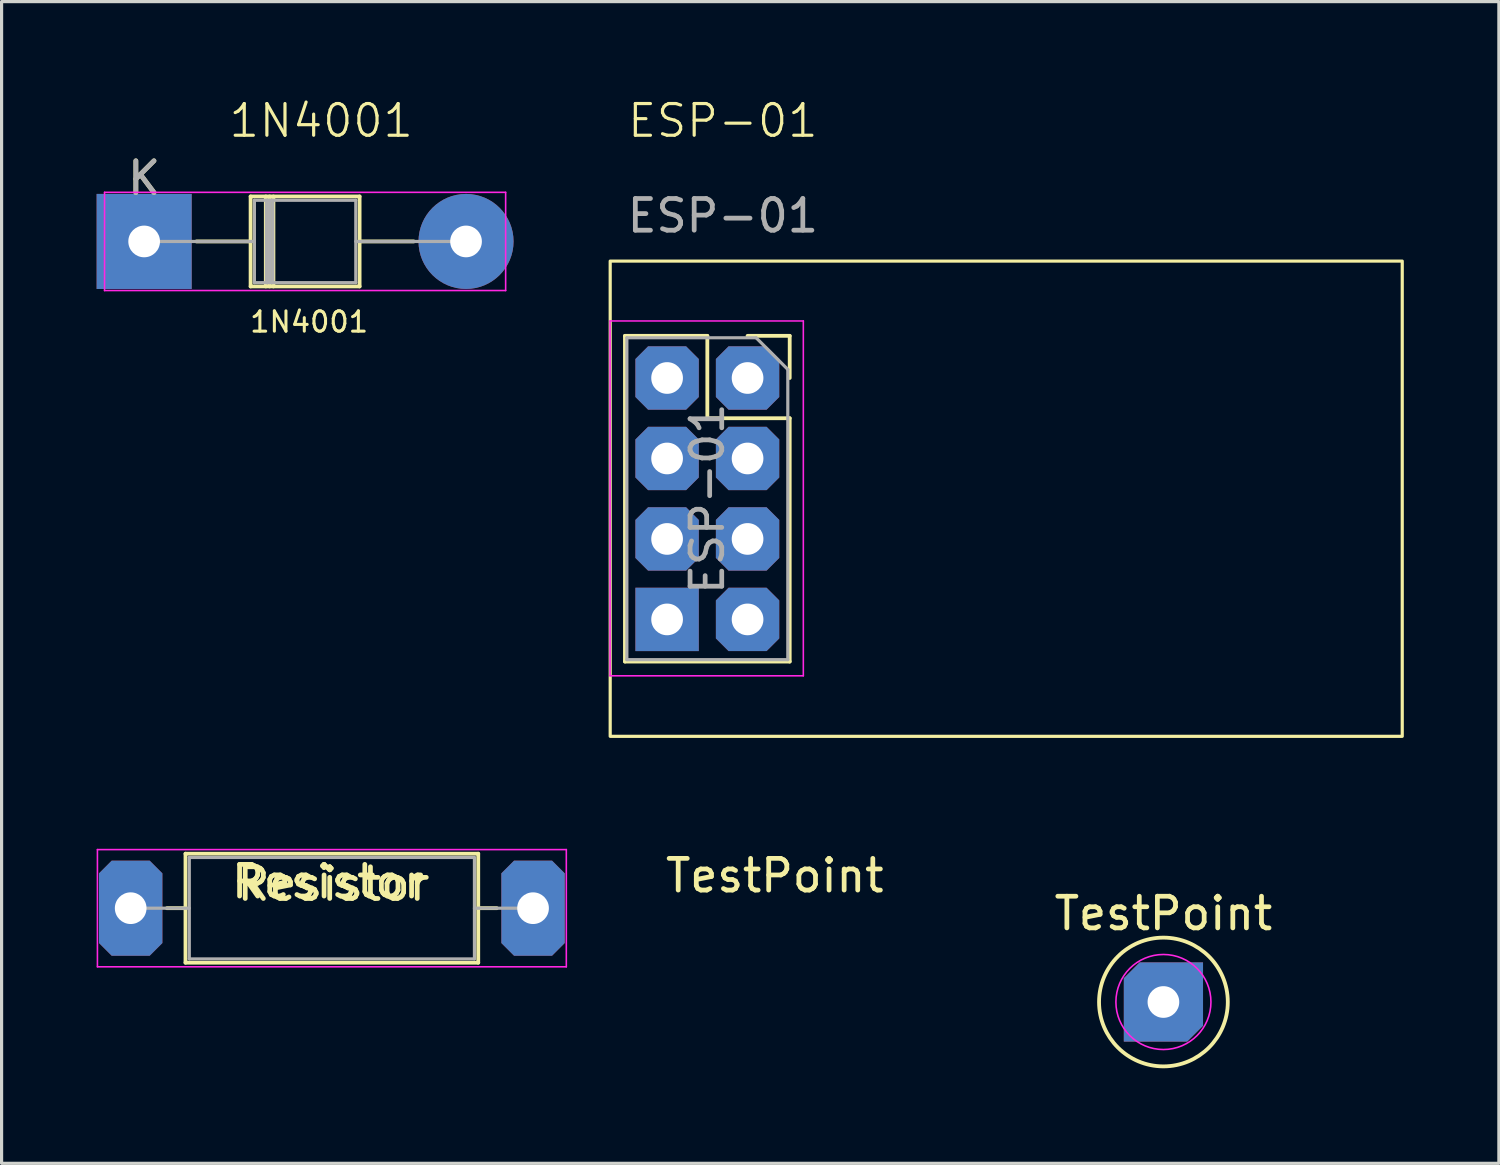
<source format=kicad_pcb>
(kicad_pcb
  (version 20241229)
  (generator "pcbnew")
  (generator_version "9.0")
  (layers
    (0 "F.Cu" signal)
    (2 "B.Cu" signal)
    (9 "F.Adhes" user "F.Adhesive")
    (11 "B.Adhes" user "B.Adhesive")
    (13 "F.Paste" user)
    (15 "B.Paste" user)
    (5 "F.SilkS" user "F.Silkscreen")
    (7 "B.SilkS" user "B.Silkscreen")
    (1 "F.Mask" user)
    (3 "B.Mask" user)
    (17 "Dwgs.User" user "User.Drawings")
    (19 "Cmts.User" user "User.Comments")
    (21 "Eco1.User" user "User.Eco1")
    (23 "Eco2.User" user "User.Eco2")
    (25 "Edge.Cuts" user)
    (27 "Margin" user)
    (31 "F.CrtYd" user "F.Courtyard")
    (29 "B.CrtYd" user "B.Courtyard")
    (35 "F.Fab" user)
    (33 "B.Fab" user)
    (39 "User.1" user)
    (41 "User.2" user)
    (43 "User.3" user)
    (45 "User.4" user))
  (footprint "ESP-01"
    (layer "F.Cu")
    (at 19.766 12.691)
    (property "Reference" "ESP-01" (at 0 -11.93 0) (unlocked yes) (layer "F.SilkS") (effects (font (size 1 1) (thickness 0.1))))
    (attr through_hole)
    (fp_line (start -3.09 -5.14) (end -3.09 5.14) (stroke (width 0.12) (type solid)) (layer "F.SilkS"))
    (fp_line (start -3.09 -5.14) (end -0.49 -5.14) (stroke (width 0.12) (type solid)) (layer "F.SilkS"))
    (fp_line (start -3.09 5.14) (end 2.11 5.14) (stroke (width 0.12) (type solid)) (layer "F.SilkS"))
    (fp_line (start -0.49 -5.14) (end -0.49 -2.54) (stroke (width 0.12) (type solid)) (layer "F.SilkS"))
    (fp_line (start -0.49 -2.54) (end 2.11 -2.54) (stroke (width 0.12) (type solid)) (layer "F.SilkS"))
    (fp_line (start 0.78 -5.14) (end 2.11 -5.14) (stroke (width 0.12) (type solid)) (layer "F.SilkS"))
    (fp_line (start 2.11 -5.14) (end 2.11 -3.81) (stroke (width 0.12) (type solid)) (layer "F.SilkS"))
    (fp_line (start 2.11 -2.54) (end 2.11 5.14) (stroke (width 0.12) (type solid)) (layer "F.SilkS"))
    (fp_rect (start -3.556 -7.5) (end 21.444 7.5) (stroke (width 0.1) (type default)) (fill no) (layer "F.SilkS"))
    (fp_line (start -3.56 -5.61) (end 2.54 -5.61) (stroke (width 0.05) (type solid)) (layer "F.CrtYd"))
    (fp_line (start -3.56 5.59) (end -3.56 -5.61) (stroke (width 0.05) (type solid)) (layer "F.CrtYd"))
    (fp_line (start 2.54 -5.61) (end 2.54 5.59) (stroke (width 0.05) (type solid)) (layer "F.CrtYd"))
    (fp_line (start 2.54 5.59) (end -3.56 5.59) (stroke (width 0.05) (type solid)) (layer "F.CrtYd"))
    (fp_line (start -3.03 -5.08) (end 1.05 -5.08) (stroke (width 0.1) (type solid)) (layer "F.Fab"))
    (fp_line (start -3.03 5.08) (end -3.03 -5.08) (stroke (width 0.1) (type solid)) (layer "F.Fab"))
    (fp_line (start 1.05 -5.08) (end 2.05 -4.08) (stroke (width 0.1) (type solid)) (layer "F.Fab"))
    (fp_line (start 2.05 -4.08) (end 2.05 5.08) (stroke (width 0.1) (type solid)) (layer "F.Fab"))
    (fp_line (start 2.05 5.08) (end -3.03 5.08) (stroke (width 0.1) (type solid)) (layer "F.Fab"))
    (fp_rect (start 13.444 -8) (end 21.444 8) (stroke (width 0.1) (type default)) (fill no) (layer "User.1"))
    (fp_text user "${REFERENCE}" (at -0.49 0 90) (layer "F.Fab") (effects (font (size 1 1) (thickness 0.15))))
    (fp_text user "${REFERENCE}" (at 0 -8.93 0) (unlocked yes) (layer "F.Fab") (effects (font (size 1 1) (thickness 0.15))))
    (pad "1" thru_hole roundrect (at 0.78 -3.81) (size 2 2) (drill 1) (layers "*.Cu" "*.Mask") (roundrect_rratio 0) (chamfer_ratio 0.2) (chamfer top_left top_right bottom_left bottom_right))
    (pad "2" thru_hole roundrect (at -1.76 -3.81) (size 2 2) (drill 1) (layers "*.Cu" "*.Mask") (roundrect_rratio 0) (chamfer_ratio 0.2) (chamfer top_left top_right bottom_left bottom_right))
    (pad "3" thru_hole roundrect (at 0.78 -1.27) (size 2 2) (drill 1) (layers "*.Cu" "*.Mask") (roundrect_rratio 0) (chamfer_ratio 0.2) (chamfer top_left top_right bottom_left bottom_right))
    (pad "4" thru_hole roundrect (at -1.76 -1.27) (size 2 2) (drill 1) (layers "*.Cu" "*.Mask") (roundrect_rratio 0) (chamfer_ratio 0.2) (chamfer top_left top_right bottom_left bottom_right))
    (pad "5" thru_hole roundrect (at 0.78 1.27) (size 2 2) (drill 1) (layers "*.Cu" "*.Mask") (roundrect_rratio 0) (chamfer_ratio 0.2) (chamfer top_left top_right bottom_left bottom_right))
    (pad "6" thru_hole roundrect (at -1.76 1.27) (size 2 2) (drill 1) (layers "*.Cu" "*.Mask") (roundrect_rratio 0) (chamfer_ratio 0.2) (chamfer top_left top_right bottom_left bottom_right))
    (pad "7" thru_hole roundrect (at 0.78 3.81) (size 2 2) (drill 1) (layers "*.Cu" "*.Mask") (roundrect_rratio 0) (chamfer_ratio 0.2) (chamfer top_left top_right bottom_left bottom_right))
    (pad "8" thru_hole roundrect (at -1.76 3.81) (size 2 2) (drill 1) (layers "*.Cu" "*.Mask") (roundrect_rratio 0) (chamfer_ratio 0.2) (chamfer))
    (zone (net_name "") (layers "F.Cu" "B.Cu") (name "KEEP OUT NO COOPER") (hatch edge 0.5) (connect_pads) (min_thickness 0.25) (filled_areas_thickness no) (keepout (tracks not_allowed) (vias not_allowed) (pads not_allowed) (copperpour not_allowed) (footprints not_allowed)) (placement (enabled no)) (fill) (polygon (pts (xy 41.229 4.689) (xy 33.228 4.689) (xy 33.228 20.692) (xy 41.229 20.692)))))
  (footprint "TestPoint"
    (layer "F.Cu")
    (at 33.672 28.577)
    (property "Reference" "TestPoint" (at -12.268 -3.988 0) (layer "F.SilkS") (effects (font (size 1 1) (thickness 0.15))))
    (attr exclude_from_pos_files)
    (fp_circle (center 0 0) (end 0 2.032) (stroke (width 0.12) (type solid)) (fill no) (layer "F.SilkS"))
    (fp_circle (center 0 0) (end 1.5 0) (stroke (width 0.05) (type solid)) (fill no) (layer "F.CrtYd"))
    (fp_text user "${REFERENCE}" (at 0 -2.794 0) (layer "F.SilkS") (effects (font (size 1 1) (thickness 0.15))))
    (pad "1" thru_hole roundrect (at 0 0) (size 2.5 2.5) (drill 1) (layers "*.Cu" "*.Mask") (roundrect_rratio 0) (chamfer_ratio 0.2) (chamfer top_left bottom_right)))
  (footprint "Resistor"
    (layer "F.Cu")
    (at 1.075 25.616)
    (property "Reference" "Resistor" (at 6.401 -0.762 0) (layer "F.SilkS") (effects (font (size 1 1) (thickness 0.15))))
    (attr through_hole)
    (fp_line (start 1.143 0) (end 1.73 0) (stroke (width 0.12) (type solid)) (layer "F.SilkS"))
    (fp_line (start 1.73 -1.72) (end 1.73 1.72) (stroke (width 0.12) (type solid)) (layer "F.SilkS"))
    (fp_line (start 1.73 1.72) (end 10.97 1.72) (stroke (width 0.12) (type solid)) (layer "F.SilkS"))
    (fp_line (start 10.97 -1.72) (end 1.73 -1.72) (stroke (width 0.12) (type solid)) (layer "F.SilkS"))
    (fp_line (start 10.97 1.72) (end 10.97 -1.72) (stroke (width 0.12) (type solid)) (layer "F.SilkS"))
    (fp_line (start 11.557 0) (end 10.97 0) (stroke (width 0.12) (type solid)) (layer "F.SilkS"))
    (fp_line (start -1.05 -1.85) (end -1.05 1.85) (stroke (width 0.05) (type solid)) (layer "F.CrtYd"))
    (fp_line (start -1.05 1.85) (end 13.75 1.85) (stroke (width 0.05) (type solid)) (layer "F.CrtYd"))
    (fp_line (start 13.75 -1.85) (end -1.05 -1.85) (stroke (width 0.05) (type solid)) (layer "F.CrtYd"))
    (fp_line (start 13.75 1.85) (end 13.75 -1.85) (stroke (width 0.05) (type solid)) (layer "F.CrtYd"))
    (fp_line (start 0 0) (end 1.85 0) (stroke (width 0.1) (type solid)) (layer "F.Fab"))
    (fp_line (start 1.85 -1.6) (end 1.85 1.6) (stroke (width 0.1) (type solid)) (layer "F.Fab"))
    (fp_line (start 1.85 1.6) (end 10.85 1.6) (stroke (width 0.1) (type solid)) (layer "F.Fab"))
    (fp_line (start 10.85 -1.6) (end 1.85 -1.6) (stroke (width 0.1) (type solid)) (layer "F.Fab"))
    (fp_line (start 10.85 1.6) (end 10.85 -1.6) (stroke (width 0.1) (type solid)) (layer "F.Fab"))
    (fp_line (start 12.7 0) (end 10.85 0) (stroke (width 0.1) (type solid)) (layer "F.Fab"))
    (fp_text user "${REFERENCE}" (at 6.223 -0.838 0) (layer "F.SilkS") (effects (font (size 1 1) (thickness 0.15))))
    (pad "1" thru_hole roundrect (at 0 0) (size 2 3) (drill 1) (layers "*.Cu" "*.Mask") (roundrect_rratio 0) (chamfer_ratio 0.2) (chamfer top_left top_right bottom_left bottom_right))
    (pad "2" thru_hole roundrect (at 12.7 0) (size 2 3) (drill 1) (layers "*.Cu" "*.Mask") (roundrect_rratio 0) (chamfer_ratio 0.2) (chamfer top_left top_right bottom_left bottom_right)))
  (footprint "1N4001"
    (layer "F.Cu")
    (at 1.5 4.571)
    (property "Reference" "1N4001" (at 5.588 -3.81 0) (unlocked yes) (layer "F.SilkS") (effects (font (size 1 1) (thickness 0.1))))
    (attr through_hole)
    (fp_line (start 1.651 0) (end 3.36 0) (stroke (width 0.12) (type solid)) (layer "F.SilkS"))
    (fp_line (start 3.36 -1.42) (end 3.36 1.42) (stroke (width 0.12) (type solid)) (layer "F.SilkS"))
    (fp_line (start 3.36 1.42) (end 6.8 1.42) (stroke (width 0.12) (type solid)) (layer "F.SilkS"))
    (fp_line (start 3.84 -1.42) (end 3.84 1.42) (stroke (width 0.12) (type solid)) (layer "F.SilkS"))
    (fp_line (start 3.96 -1.42) (end 3.96 1.42) (stroke (width 0.12) (type solid)) (layer "F.SilkS"))
    (fp_line (start 4.08 -1.42) (end 4.08 1.42) (stroke (width 0.12) (type solid)) (layer "F.SilkS"))
    (fp_line (start 6.8 -1.42) (end 3.36 -1.42) (stroke (width 0.12) (type solid)) (layer "F.SilkS"))
    (fp_line (start 6.8 1.42) (end 6.8 -1.42) (stroke (width 0.12) (type solid)) (layer "F.SilkS"))
    (fp_line (start 8.509 0) (end 6.8 0) (stroke (width 0.12) (type solid)) (layer "F.SilkS"))
    (fp_line (start -1.25 -1.55) (end -1.25 1.55) (stroke (width 0.05) (type solid)) (layer "F.CrtYd"))
    (fp_line (start -1.25 1.55) (end 11.41 1.55) (stroke (width 0.05) (type solid)) (layer "F.CrtYd"))
    (fp_line (start 11.41 -1.55) (end -1.25 -1.55) (stroke (width 0.05) (type solid)) (layer "F.CrtYd"))
    (fp_line (start 11.41 1.55) (end 11.41 -1.55) (stroke (width 0.05) (type solid)) (layer "F.CrtYd"))
    (fp_line (start 0 0) (end 3.48 0) (stroke (width 0.1) (type solid)) (layer "F.Fab"))
    (fp_line (start 3.48 -1.3) (end 3.48 1.3) (stroke (width 0.1) (type solid)) (layer "F.Fab"))
    (fp_line (start 3.48 1.3) (end 6.68 1.3) (stroke (width 0.1) (type solid)) (layer "F.Fab"))
    (fp_line (start 3.86 -1.3) (end 3.86 1.3) (stroke (width 0.1) (type solid)) (layer "F.Fab"))
    (fp_line (start 3.96 -1.3) (end 3.96 1.3) (stroke (width 0.1) (type solid)) (layer "F.Fab"))
    (fp_line (start 4.06 -1.3) (end 4.06 1.3) (stroke (width 0.1) (type solid)) (layer "F.Fab"))
    (fp_line (start 6.68 -1.3) (end 3.48 -1.3) (stroke (width 0.1) (type solid)) (layer "F.Fab"))
    (fp_line (start 6.68 1.3) (end 6.68 -1.3) (stroke (width 0.1) (type solid)) (layer "F.Fab"))
    (fp_line (start 10.16 0) (end 6.68 0) (stroke (width 0.1) (type solid)) (layer "F.Fab"))
    (fp_text user "K" (at 0 -2 0) (layer "F.SilkS") (effects (font (size 1 1) (thickness 0.15))))
    (fp_text user "${REFERENCE}" (at 5.207 2.54 0) (layer "F.SilkS") (effects (font (size 0.64 0.64) (thickness 0.096))))
    (fp_text user "K" (at 0 -2 0) (layer "F.Fab") (effects (font (size 1 1) (thickness 0.15))))
    (pad "1" thru_hole rect (at 0 0) (size 3 3) (drill 1) (layers "*.Cu" "*.Mask"))
    (pad "2" thru_hole oval (at 10.16 0) (size 3 3) (drill 1) (layers "*.Cu" "*.Mask")))
  (gr_rect
    (start -3 -3)
    (end 44.26 33.669)
    (stroke (width 0.1) (type default))
    (fill no)
    (layer "Edge.Cuts")))
</source>
